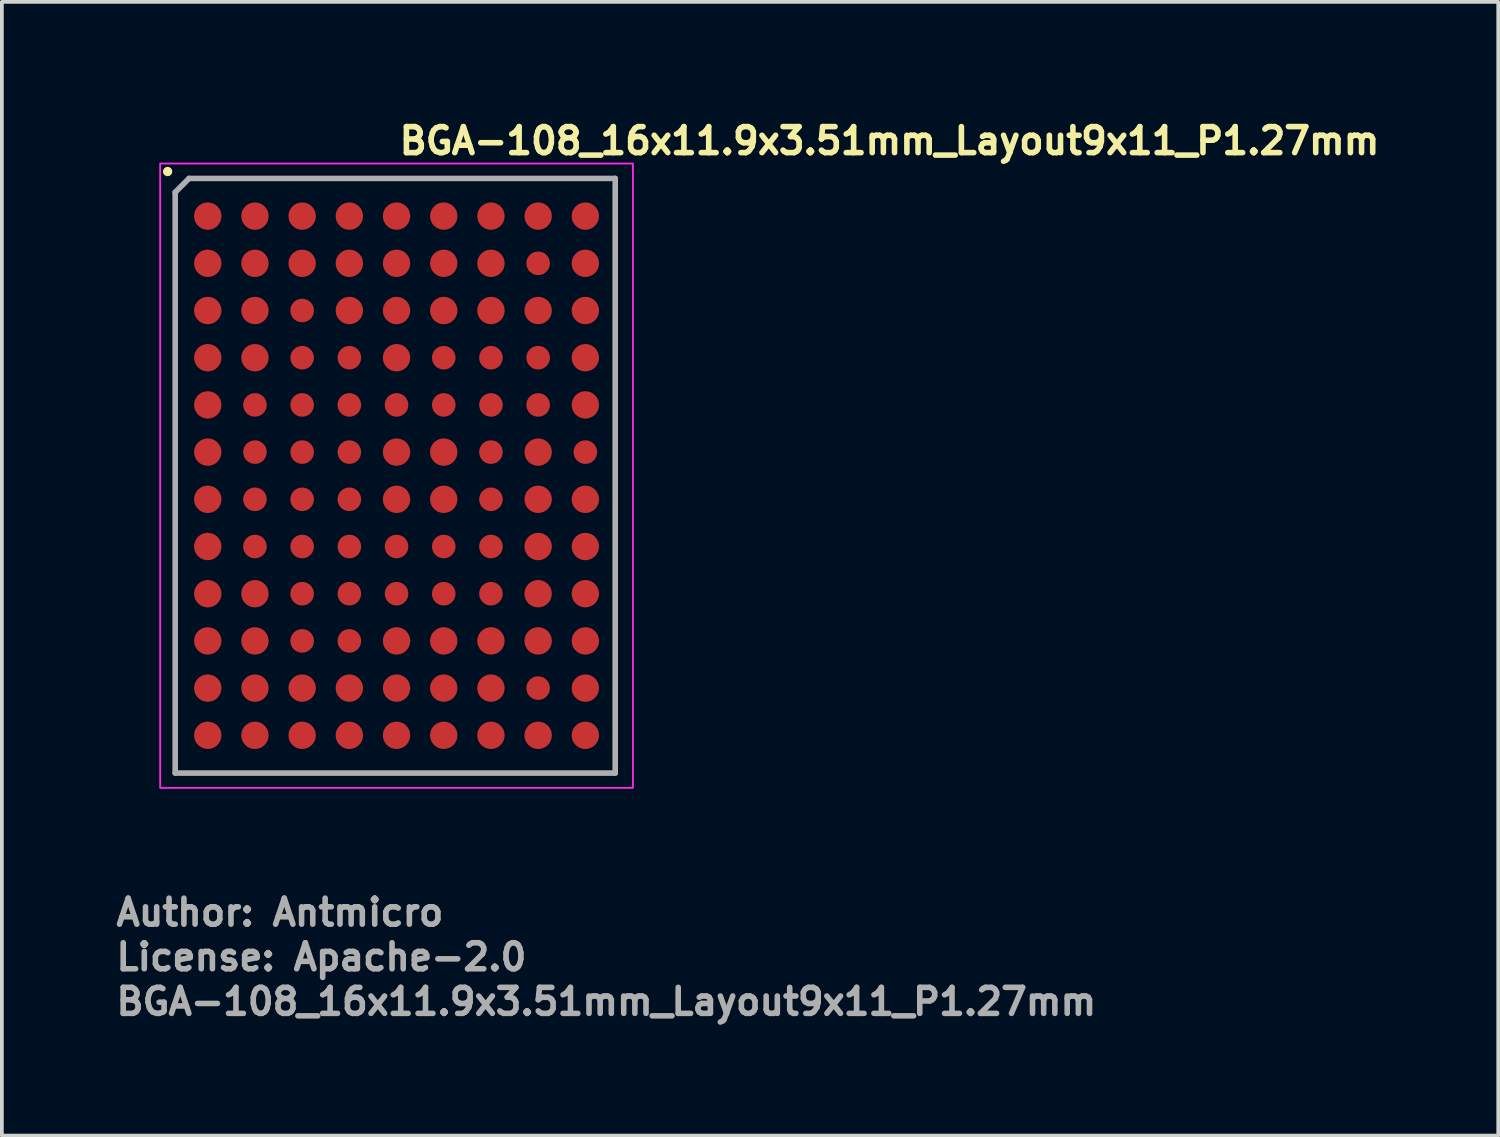
<source format=kicad_pcb>
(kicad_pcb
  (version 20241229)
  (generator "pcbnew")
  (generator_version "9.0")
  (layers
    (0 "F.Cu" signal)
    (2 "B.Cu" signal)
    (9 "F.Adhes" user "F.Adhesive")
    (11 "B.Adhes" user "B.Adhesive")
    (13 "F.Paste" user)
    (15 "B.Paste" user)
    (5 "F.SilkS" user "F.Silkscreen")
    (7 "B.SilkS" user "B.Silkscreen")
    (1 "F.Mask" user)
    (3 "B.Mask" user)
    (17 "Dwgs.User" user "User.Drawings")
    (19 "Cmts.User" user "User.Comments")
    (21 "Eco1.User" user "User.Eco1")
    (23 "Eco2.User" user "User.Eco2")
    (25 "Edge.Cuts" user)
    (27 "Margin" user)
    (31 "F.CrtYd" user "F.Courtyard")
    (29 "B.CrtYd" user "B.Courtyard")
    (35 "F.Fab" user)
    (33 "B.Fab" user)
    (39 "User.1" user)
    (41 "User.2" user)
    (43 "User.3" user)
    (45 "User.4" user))
  (footprint "BGA-108_16x11.9x3.51mm_Layout9x11_P1.27mm"
    (layer "F.Cu")
    (at 7.62 9.75)
    (property "Reference" "BGA-108_16x11.9x3.51mm_Layout9x11_P1.27mm" (at 0 -8.6 0) (unlocked yes) (layer "F.SilkS") (effects (font (size 0.7 0.7) (thickness 0.15)) (justify left bottom)))
    (attr smd)
    (fp_circle (center -6.16 -8.185) (end -6.11 -8.185) (stroke (width 0.15) (type solid)) (fill yes) (layer "F.SilkS"))
    (fp_rect (start -6.36 -8.4) (end 6.36 8.4) (stroke (width 0.05) (type solid)) (fill no) (layer "F.CrtYd"))
    (fp_line (start -5.956 -7.626) (end -5.584 -7.999) (stroke (width 0.15) (type solid)) (layer "F.Fab"))
    (fp_line (start -5.956 8.001) (end -5.956 -7.626) (stroke (width 0.15) (type solid)) (layer "F.Fab"))
    (fp_line (start -5.956 8.001) (end 5.884 8.001) (stroke (width 0.15) (type solid)) (layer "F.Fab"))
    (fp_line (start -5.584 -7.999) (end 5.884 -7.999) (stroke (width 0.15) (type solid)) (layer "F.Fab"))
    (fp_line (start 5.884 8.001) (end 5.884 -7.999) (stroke (width 0.15) (type solid)) (layer "F.Fab"))
    (fp_rect (start -5.956 -8.001) (end 5.956 8.001) (stroke (width 0.1) (type solid)) (fill no) (layer "User.5"))
    (fp_line (start -5.956 -8.001) (end -5.956 8.001) (stroke (width 0.02) (type solid)) (layer "User.9"))
    (fp_line (start -5.956 8.001) (end 5.956 8.001) (stroke (width 0.02) (type solid)) (layer "User.9"))
    (fp_line (start -5.533 -7.19) (end -5.533 -7.19) (stroke (width 0.02) (type solid)) (layer "User.9"))
    (fp_line (start -5.533 -7.19) (end -5.532 -7.175) (stroke (width 0.02) (type solid)) (layer "User.9"))
    (fp_line (start -5.532 -7.205) (end -5.533 -7.19) (stroke (width 0.02) (type solid)) (layer "User.9"))
    (fp_line (start -5.532 -7.175) (end -5.531 -7.16) (stroke (width 0.02) (type solid)) (layer "User.9"))
    (fp_line (start -5.531 -7.22) (end -5.532 -7.205) (stroke (width 0.02) (type solid)) (layer "User.9"))
    (fp_line (start -5.531 -7.16) (end -5.53 -7.145) (stroke (width 0.02) (type solid)) (layer "User.9"))
    (fp_line (start -5.53 -7.235) (end -5.531 -7.22) (stroke (width 0.02) (type solid)) (layer "User.9"))
    (fp_line (start -5.53 -7.145) (end -5.528 -7.13) (stroke (width 0.02) (type solid)) (layer "User.9"))
    (fp_line (start -5.528 -7.25) (end -5.53 -7.235) (stroke (width 0.02) (type solid)) (layer "User.9"))
    (fp_line (start -5.528 -7.13) (end -5.523 -7.116) (stroke (width 0.02) (type solid)) (layer "User.9"))
    (fp_line (start -5.523 -7.264) (end -5.528 -7.25) (stroke (width 0.02) (type solid)) (layer "User.9"))
    (fp_line (start -5.523 -7.116) (end -5.52 -7.101) (stroke (width 0.02) (type solid)) (layer "User.9"))
    (fp_line (start -5.52 -7.279) (end -5.523 -7.264) (stroke (width 0.02) (type solid)) (layer "User.9"))
    (fp_line (start -5.52 -7.101) (end -5.515 -7.088) (stroke (width 0.02) (type solid)) (layer "User.9"))
    (fp_line (start -5.515 -7.292) (end -5.52 -7.279) (stroke (width 0.02) (type solid)) (layer "User.9"))
    (fp_line (start -5.515 -7.088) (end -5.509 -7.074) (stroke (width 0.02) (type solid)) (layer "User.9"))
    (fp_line (start -5.509 -7.306) (end -5.515 -7.292) (stroke (width 0.02) (type solid)) (layer "User.9"))
    (fp_line (start -5.509 -7.074) (end -5.504 -7.061) (stroke (width 0.02) (type solid)) (layer "User.9"))
    (fp_line (start -5.504 -7.319) (end -5.509 -7.306) (stroke (width 0.02) (type solid)) (layer "User.9"))
    (fp_line (start -5.504 -7.061) (end -5.498 -7.048) (stroke (width 0.02) (type solid)) (layer "User.9"))
    (fp_line (start -5.498 -7.332) (end -5.504 -7.319) (stroke (width 0.02) (type solid)) (layer "User.9"))
    (fp_line (start -5.498 -7.048) (end -5.49 -7.036) (stroke (width 0.02) (type solid)) (layer "User.9"))
    (fp_line (start -5.49 -7.344) (end -5.498 -7.332) (stroke (width 0.02) (type solid)) (layer "User.9"))
    (fp_line (start -5.49 -7.036) (end -5.482 -7.023) (stroke (width 0.02) (type solid)) (layer "User.9"))
    (fp_line (start -5.482 -7.357) (end -5.49 -7.344) (stroke (width 0.02) (type solid)) (layer "User.9"))
    (fp_line (start -5.482 -7.023) (end -5.474 -7.012) (stroke (width 0.02) (type solid)) (layer "User.9"))
    (fp_line (start -5.474 -7.368) (end -5.482 -7.357) (stroke (width 0.02) (type solid)) (layer "User.9"))
    (fp_line (start -5.474 -7.012) (end -5.466 -7.001) (stroke (width 0.02) (type solid)) (layer "User.9"))
    (fp_line (start -5.466 -7.379) (end -5.474 -7.368) (stroke (width 0.02) (type solid)) (layer "User.9"))
    (fp_line (start -5.466 -7.001) (end -5.456 -6.99) (stroke (width 0.02) (type solid)) (layer "User.9"))
    (fp_line (start -5.456 -7.39) (end -5.466 -7.379) (stroke (width 0.02) (type solid)) (layer "User.9"))
    (fp_line (start -5.456 -6.99) (end -5.446 -6.979) (stroke (width 0.02) (type solid)) (layer "User.9"))
    (fp_line (start -5.446 -7.401) (end -5.456 -7.39) (stroke (width 0.02) (type solid)) (layer "User.9"))
    (fp_line (start -5.446 -6.979) (end -5.435 -6.97) (stroke (width 0.02) (type solid)) (layer "User.9"))
    (fp_line (start -5.435 -7.41) (end -5.446 -7.401) (stroke (width 0.02) (type solid)) (layer "User.9"))
    (fp_line (start -5.435 -6.97) (end -5.424 -6.96) (stroke (width 0.02) (type solid)) (layer "User.9"))
    (fp_line (start -5.424 -7.42) (end -5.435 -7.41) (stroke (width 0.02) (type solid)) (layer "User.9"))
    (fp_line (start -5.424 -6.96) (end -5.414 -6.951) (stroke (width 0.02) (type solid)) (layer "User.9"))
    (fp_line (start -5.414 -7.429) (end -5.424 -7.42) (stroke (width 0.02) (type solid)) (layer "User.9"))
    (fp_line (start -5.414 -6.951) (end -5.402 -6.943) (stroke (width 0.02) (type solid)) (layer "User.9"))
    (fp_line (start -5.402 -7.437) (end -5.414 -7.429) (stroke (width 0.02) (type solid)) (layer "User.9"))
    (fp_line (start -5.402 -6.943) (end -5.39 -6.935) (stroke (width 0.02) (type solid)) (layer "User.9"))
    (fp_line (start -5.39 -7.445) (end -5.402 -7.437) (stroke (width 0.02) (type solid)) (layer "User.9"))
    (fp_line (start -5.39 -6.935) (end -5.378 -6.928) (stroke (width 0.02) (type solid)) (layer "User.9"))
    (fp_line (start -5.378 -7.452) (end -5.39 -7.445) (stroke (width 0.02) (type solid)) (layer "User.9"))
    (fp_line (start -5.378 -6.928) (end -5.364 -6.922) (stroke (width 0.02) (type solid)) (layer "User.9"))
    (fp_line (start -5.364 -7.458) (end -5.378 -7.452) (stroke (width 0.02) (type solid)) (layer "User.9"))
    (fp_line (start -5.364 -6.922) (end -5.352 -6.916) (stroke (width 0.02) (type solid)) (layer "User.9"))
    (fp_line (start -5.352 -7.464) (end -5.364 -7.458) (stroke (width 0.02) (type solid)) (layer "User.9"))
    (fp_line (start -5.352 -6.916) (end -5.338 -6.91) (stroke (width 0.02) (type solid)) (layer "User.9"))
    (fp_line (start -5.338 -7.47) (end -5.352 -7.464) (stroke (width 0.02) (type solid)) (layer "User.9"))
    (fp_line (start -5.338 -6.91) (end -5.324 -6.906) (stroke (width 0.02) (type solid)) (layer "User.9"))
    (fp_line (start -5.324 -7.474) (end -5.338 -7.47) (stroke (width 0.02) (type solid)) (layer "User.9"))
    (fp_line (start -5.324 -6.906) (end -5.31 -6.902) (stroke (width 0.02) (type solid)) (layer "User.9"))
    (fp_line (start -5.31 -7.478) (end -5.324 -7.474) (stroke (width 0.02) (type solid)) (layer "User.9"))
    (fp_line (start -5.31 -6.902) (end -5.296 -6.898) (stroke (width 0.02) (type solid)) (layer "User.9"))
    (fp_line (start -5.296 -7.482) (end -5.31 -7.478) (stroke (width 0.02) (type solid)) (layer "User.9"))
    (fp_line (start -5.296 -6.898) (end -5.28 -6.896) (stroke (width 0.02) (type solid)) (layer "User.9"))
    (fp_line (start -5.28 -7.484) (end -5.296 -7.482) (stroke (width 0.02) (type solid)) (layer "User.9"))
    (fp_line (start -5.28 -6.896) (end -5.265 -6.894) (stroke (width 0.02) (type solid)) (layer "User.9"))
    (fp_line (start -5.265 -7.486) (end -5.28 -7.484) (stroke (width 0.02) (type solid)) (layer "User.9"))
    (fp_line (start -5.265 -6.894) (end -5.25 -6.893) (stroke (width 0.02) (type solid)) (layer "User.9"))
    (fp_line (start -5.25 -7.487) (end -5.265 -7.486) (stroke (width 0.02) (type solid)) (layer "User.9"))
    (fp_line (start -5.25 -6.893) (end -5.236 -6.892) (stroke (width 0.02) (type solid)) (layer "User.9"))
    (fp_line (start -5.236 -7.488) (end -5.25 -7.487) (stroke (width 0.02) (type solid)) (layer "User.9"))
    (fp_line (start -5.236 -7.488) (end -5.236 -7.488) (stroke (width 0.02) (type solid)) (layer "User.9"))
    (fp_line (start -5.236 -6.892) (end -5.236 -6.892) (stroke (width 0.02) (type solid)) (layer "User.9"))
    (fp_line (start -5.236 -6.892) (end -5.236 -6.892) (stroke (width 0.02) (type solid)) (layer "User.9"))
    (fp_line (start -5.236 -6.892) (end -5.22 -6.893) (stroke (width 0.02) (type solid)) (layer "User.9"))
    (fp_line (start -5.22 -7.487) (end -5.236 -7.488) (stroke (width 0.02) (type solid)) (layer "User.9"))
    (fp_line (start -5.22 -6.893) (end -5.206 -6.894) (stroke (width 0.02) (type solid)) (layer "User.9"))
    (fp_line (start -5.206 -7.486) (end -5.22 -7.487) (stroke (width 0.02) (type solid)) (layer "User.9"))
    (fp_line (start -5.206 -6.894) (end -5.19 -6.896) (stroke (width 0.02) (type solid)) (layer "User.9"))
    (fp_line (start -5.19 -7.484) (end -5.206 -7.486) (stroke (width 0.02) (type solid)) (layer "User.9"))
    (fp_line (start -5.19 -6.896) (end -5.176 -6.898) (stroke (width 0.02) (type solid)) (layer "User.9"))
    (fp_line (start -5.176 -7.482) (end -5.19 -7.484) (stroke (width 0.02) (type solid)) (layer "User.9"))
    (fp_line (start -5.176 -6.898) (end -5.161 -6.902) (stroke (width 0.02) (type solid)) (layer "User.9"))
    (fp_line (start -5.161 -7.478) (end -5.176 -7.482) (stroke (width 0.02) (type solid)) (layer "User.9"))
    (fp_line (start -5.161 -6.902) (end -5.146 -6.906) (stroke (width 0.02) (type solid)) (layer "User.9"))
    (fp_line (start -5.146 -7.474) (end -5.161 -7.478) (stroke (width 0.02) (type solid)) (layer "User.9"))
    (fp_line (start -5.146 -6.906) (end -5.134 -6.91) (stroke (width 0.02) (type solid)) (layer "User.9"))
    (fp_line (start -5.134 -7.47) (end -5.146 -7.474) (stroke (width 0.02) (type solid)) (layer "User.9"))
    (fp_line (start -5.134 -6.91) (end -5.12 -6.916) (stroke (width 0.02) (type solid)) (layer "User.9"))
    (fp_line (start -5.12 -7.464) (end -5.134 -7.47) (stroke (width 0.02) (type solid)) (layer "User.9"))
    (fp_line (start -5.12 -6.916) (end -5.106 -6.922) (stroke (width 0.02) (type solid)) (layer "User.9"))
    (fp_line (start -5.106 -7.458) (end -5.12 -7.464) (stroke (width 0.02) (type solid)) (layer "User.9"))
    (fp_line (start -5.106 -6.922) (end -5.094 -6.928) (stroke (width 0.02) (type solid)) (layer "User.9"))
    (fp_line (start -5.094 -7.452) (end -5.106 -7.458) (stroke (width 0.02) (type solid)) (layer "User.9"))
    (fp_line (start -5.094 -6.928) (end -5.081 -6.935) (stroke (width 0.02) (type solid)) (layer "User.9"))
    (fp_line (start -5.081 -7.445) (end -5.094 -7.452) (stroke (width 0.02) (type solid)) (layer "User.9"))
    (fp_line (start -5.081 -6.935) (end -5.068 -6.943) (stroke (width 0.02) (type solid)) (layer "User.9"))
    (fp_line (start -5.068 -7.437) (end -5.081 -7.445) (stroke (width 0.02) (type solid)) (layer "User.9"))
    (fp_line (start -5.068 -6.943) (end -5.057 -6.951) (stroke (width 0.02) (type solid)) (layer "User.9"))
    (fp_line (start -5.057 -7.429) (end -5.068 -7.437) (stroke (width 0.02) (type solid)) (layer "User.9"))
    (fp_line (start -5.057 -6.951) (end -5.046 -6.96) (stroke (width 0.02) (type solid)) (layer "User.9"))
    (fp_line (start -5.046 -7.42) (end -5.057 -7.429) (stroke (width 0.02) (type solid)) (layer "User.9"))
    (fp_line (start -5.046 -6.96) (end -5.036 -6.97) (stroke (width 0.02) (type solid)) (layer "User.9"))
    (fp_line (start -5.036 -7.41) (end -5.046 -7.42) (stroke (width 0.02) (type solid)) (layer "User.9"))
    (fp_line (start -5.036 -6.97) (end -5.024 -6.979) (stroke (width 0.02) (type solid)) (layer "User.9"))
    (fp_line (start -5.024 -7.401) (end -5.036 -7.41) (stroke (width 0.02) (type solid)) (layer "User.9"))
    (fp_line (start -5.024 -6.979) (end -5.015 -6.99) (stroke (width 0.02) (type solid)) (layer "User.9"))
    (fp_line (start -5.015 -7.39) (end -5.024 -7.401) (stroke (width 0.02) (type solid)) (layer "User.9"))
    (fp_line (start -5.015 -6.99) (end -5.006 -7.001) (stroke (width 0.02) (type solid)) (layer "User.9"))
    (fp_line (start -5.006 -7.379) (end -5.015 -7.39) (stroke (width 0.02) (type solid)) (layer "User.9"))
    (fp_line (start -5.006 -7.001) (end -4.996 -7.012) (stroke (width 0.02) (type solid)) (layer "User.9"))
    (fp_line (start -4.996 -7.368) (end -5.006 -7.379) (stroke (width 0.02) (type solid)) (layer "User.9"))
    (fp_line (start -4.996 -7.012) (end -4.988 -7.023) (stroke (width 0.02) (type solid)) (layer "User.9"))
    (fp_line (start -4.988 -7.357) (end -4.996 -7.368) (stroke (width 0.02) (type solid)) (layer "User.9"))
    (fp_line (start -4.988 -7.023) (end -4.98 -7.036) (stroke (width 0.02) (type solid)) (layer "User.9"))
    (fp_line (start -4.98 -7.344) (end -4.988 -7.357) (stroke (width 0.02) (type solid)) (layer "User.9"))
    (fp_line (start -4.98 -7.036) (end -4.974 -7.048) (stroke (width 0.02) (type solid)) (layer "User.9"))
    (fp_line (start -4.974 -7.332) (end -4.98 -7.344) (stroke (width 0.02) (type solid)) (layer "User.9"))
    (fp_line (start -4.974 -7.048) (end -4.967 -7.061) (stroke (width 0.02) (type solid)) (layer "User.9"))
    (fp_line (start -4.967 -7.319) (end -4.974 -7.332) (stroke (width 0.02) (type solid)) (layer "User.9"))
    (fp_line (start -4.967 -7.061) (end -4.962 -7.074) (stroke (width 0.02) (type solid)) (layer "User.9"))
    (fp_line (start -4.962 -7.306) (end -4.967 -7.319) (stroke (width 0.02) (type solid)) (layer "User.9"))
    (fp_line (start -4.962 -7.074) (end -4.956 -7.088) (stroke (width 0.02) (type solid)) (layer "User.9"))
    (fp_line (start -4.956 -7.292) (end -4.962 -7.306) (stroke (width 0.02) (type solid)) (layer "User.9"))
    (fp_line (start -4.956 -7.088) (end -4.951 -7.101) (stroke (width 0.02) (type solid)) (layer "User.9"))
    (fp_line (start -4.951 -7.279) (end -4.956 -7.292) (stroke (width 0.02) (type solid)) (layer "User.9"))
    (fp_line (start -4.951 -7.101) (end -4.948 -7.116) (stroke (width 0.02) (type solid)) (layer "User.9"))
    (fp_line (start -4.948 -7.264) (end -4.951 -7.279) (stroke (width 0.02) (type solid)) (layer "User.9"))
    (fp_line (start -4.948 -7.116) (end -4.943 -7.13) (stroke (width 0.02) (type solid)) (layer "User.9"))
    (fp_line (start -4.943 -7.25) (end -4.948 -7.264) (stroke (width 0.02) (type solid)) (layer "User.9"))
    (fp_line (start -4.943 -7.13) (end -4.942 -7.145) (stroke (width 0.02) (type solid)) (layer "User.9"))
    (fp_line (start -4.942 -7.235) (end -4.943 -7.25) (stroke (width 0.02) (type solid)) (layer "User.9"))
    (fp_line (start -4.942 -7.145) (end -4.94 -7.16) (stroke (width 0.02) (type solid)) (layer "User.9"))
    (fp_line (start -4.94 -7.22) (end -4.942 -7.235) (stroke (width 0.02) (type solid)) (layer "User.9"))
    (fp_line (start -4.94 -7.16) (end -4.938 -7.175) (stroke (width 0.02) (type solid)) (layer "User.9"))
    (fp_line (start -4.938 -7.205) (end -4.94 -7.22) (stroke (width 0.02) (type solid)) (layer "User.9"))
    (fp_line (start -4.938 -7.19) (end -4.938 -7.205) (stroke (width 0.02) (type solid)) (layer "User.9"))
    (fp_line (start -4.938 -7.19) (end -4.938 -7.19) (stroke (width 0.02) (type solid)) (layer "User.9"))
    (fp_line (start -4.938 -7.175) (end -4.938 -7.19) (stroke (width 0.02) (type solid)) (layer "User.9"))
    (fp_line (start 5.956 -8.001) (end -5.956 -8.001) (stroke (width 0.02) (type solid)) (layer "User.9"))
    (fp_line (start 5.956 8.001) (end 5.956 -8.001) (stroke (width 0.02) (type solid)) (layer "User.9"))
    (fp_text user "Author: Antmicro" (at -7.62 12.16 0) (layer "F.Fab") (effects (font (size 0.7 0.7) (thickness 0.15)) (justify left bottom)))
    (fp_text user "${REFERENCE}" (at -7.62 14.56 0) (layer "F.Fab") (effects (font (size 0.7 0.7) (thickness 0.15)) (justify left bottom)))
    (fp_text user "License: Apache-2.0" (at -7.62 13.36 0) (layer "F.Fab") (effects (font (size 0.7 0.7) (thickness 0.15)) (justify left bottom)))
    (pad "A1" smd circle (at -5.08 -6.985 270) (size 0.737 0.737) (layers "F.Cu" "F.Mask" "F.Paste"))
    (pad "A2" smd circle (at -3.81 -6.985 270) (size 0.737 0.737) (layers "F.Cu" "F.Mask" "F.Paste"))
    (pad "A3" smd circle (at -2.54 -6.985 270) (size 0.737 0.737) (layers "F.Cu" "F.Mask" "F.Paste"))
    (pad "A4" smd circle (at -1.27 -6.985 270) (size 0.737 0.737) (layers "F.Cu" "F.Mask" "F.Paste"))
    (pad "A5" smd circle (at 0 -6.985 270) (size 0.737 0.737) (layers "F.Cu" "F.Mask" "F.Paste"))
    (pad "A6" smd circle (at 1.27 -6.985 270) (size 0.737 0.737) (layers "F.Cu" "F.Mask" "F.Paste"))
    (pad "A7" smd circle (at 2.54 -6.985 270) (size 0.737 0.737) (layers "F.Cu" "F.Mask" "F.Paste"))
    (pad "A8" smd circle (at 3.81 -6.985 270) (size 0.737 0.737) (layers "F.Cu" "F.Mask" "F.Paste"))
    (pad "A9" smd circle (at 5.08 -6.985 270) (size 0.737 0.737) (layers "F.Cu" "F.Mask" "F.Paste"))
    (pad "B1" smd circle (at -5.08 -5.715 270) (size 0.737 0.737) (layers "F.Cu" "F.Mask" "F.Paste"))
    (pad "B2" smd circle (at -3.81 -5.715 270) (size 0.737 0.737) (layers "F.Cu" "F.Mask" "F.Paste"))
    (pad "B3" smd circle (at -2.54 -5.715 270) (size 0.737 0.737) (layers "F.Cu" "F.Mask" "F.Paste"))
    (pad "B4" smd circle (at -1.27 -5.715 270) (size 0.737 0.737) (layers "F.Cu" "F.Mask" "F.Paste"))
    (pad "B5" smd circle (at 0 -5.715 270) (size 0.737 0.737) (layers "F.Cu" "F.Mask" "F.Paste"))
    (pad "B6" smd circle (at 1.27 -5.715 270) (size 0.737 0.737) (layers "F.Cu" "F.Mask" "F.Paste"))
    (pad "B7" smd circle (at 2.54 -5.715 270) (size 0.737 0.737) (layers "F.Cu" "F.Mask" "F.Paste"))
    (pad "B8" smd circle (at 3.81 -5.715 270) (size 0.635 0.635) (layers "F.Cu" "F.Mask" "F.Paste"))
    (pad "B9" smd circle (at 5.08 -5.715 270) (size 0.737 0.737) (layers "F.Cu" "F.Mask" "F.Paste"))
    (pad "C1" smd circle (at -5.08 -4.445 270) (size 0.737 0.737) (layers "F.Cu" "F.Mask" "F.Paste"))
    (pad "C2" smd circle (at -3.81 -4.445 270) (size 0.737 0.737) (layers "F.Cu" "F.Mask" "F.Paste"))
    (pad "C3" smd circle (at -2.54 -4.445 270) (size 0.635 0.635) (layers "F.Cu" "F.Mask" "F.Paste"))
    (pad "C4" smd circle (at -1.27 -4.445 270) (size 0.737 0.737) (layers "F.Cu" "F.Mask" "F.Paste"))
    (pad "C5" smd circle (at 0 -4.445 270) (size 0.737 0.737) (layers "F.Cu" "F.Mask" "F.Paste"))
    (pad "C6" smd circle (at 1.27 -4.445 270) (size 0.737 0.737) (layers "F.Cu" "F.Mask" "F.Paste"))
    (pad "C7" smd circle (at 2.54 -4.445 270) (size 0.737 0.737) (layers "F.Cu" "F.Mask" "F.Paste"))
    (pad "C8" smd circle (at 3.81 -4.445 270) (size 0.737 0.737) (layers "F.Cu" "F.Mask" "F.Paste"))
    (pad "C9" smd circle (at 5.08 -4.445 270) (size 0.737 0.737) (layers "F.Cu" "F.Mask" "F.Paste"))
    (pad "D1" smd circle (at -5.08 -3.175 270) (size 0.737 0.737) (layers "F.Cu" "F.Mask" "F.Paste"))
    (pad "D2" smd circle (at -3.81 -3.175 270) (size 0.737 0.737) (layers "F.Cu" "F.Mask" "F.Paste"))
    (pad "D3" smd circle (at -2.54 -3.175 270) (size 0.635 0.635) (layers "F.Cu" "F.Mask" "F.Paste"))
    (pad "D4" smd circle (at -1.27 -3.175 270) (size 0.635 0.635) (layers "F.Cu" "F.Mask" "F.Paste"))
    (pad "D5" smd circle (at 0 -3.175 270) (size 0.737 0.737) (layers "F.Cu" "F.Mask" "F.Paste"))
    (pad "D6" smd circle (at 1.27 -3.175 270) (size 0.635 0.635) (layers "F.Cu" "F.Mask" "F.Paste"))
    (pad "D7" smd circle (at 2.54 -3.175 270) (size 0.635 0.635) (layers "F.Cu" "F.Mask" "F.Paste"))
    (pad "D8" smd circle (at 3.81 -3.175 270) (size 0.635 0.635) (layers "F.Cu" "F.Mask" "F.Paste"))
    (pad "D9" smd circle (at 5.08 -3.175 270) (size 0.737 0.737) (layers "F.Cu" "F.Mask" "F.Paste"))
    (pad "E1" smd circle (at -5.08 -1.905 270) (size 0.737 0.737) (layers "F.Cu" "F.Mask" "F.Paste"))
    (pad "E2" smd circle (at -3.81 -1.905 270) (size 0.635 0.635) (layers "F.Cu" "F.Mask" "F.Paste"))
    (pad "E3" smd circle (at -2.54 -1.905 270) (size 0.635 0.635) (layers "F.Cu" "F.Mask" "F.Paste"))
    (pad "E4" smd circle (at -1.27 -1.905 270) (size 0.635 0.635) (layers "F.Cu" "F.Mask" "F.Paste"))
    (pad "E5" smd circle (at 0 -1.905 270) (size 0.635 0.635) (layers "F.Cu" "F.Mask" "F.Paste"))
    (pad "E6" smd circle (at 1.27 -1.905 270) (size 0.635 0.635) (layers "F.Cu" "F.Mask" "F.Paste"))
    (pad "E7" smd circle (at 2.54 -1.905 270) (size 0.635 0.635) (layers "F.Cu" "F.Mask" "F.Paste"))
    (pad "E8" smd circle (at 3.81 -1.905 270) (size 0.635 0.635) (layers "F.Cu" "F.Mask" "F.Paste"))
    (pad "E9" smd circle (at 5.08 -1.905 270) (size 0.737 0.737) (layers "F.Cu" "F.Mask" "F.Paste"))
    (pad "F1" smd circle (at -5.08 -0.635 270) (size 0.737 0.737) (layers "F.Cu" "F.Mask" "F.Paste"))
    (pad "F2" smd circle (at -3.81 -0.635 270) (size 0.635 0.635) (layers "F.Cu" "F.Mask" "F.Paste"))
    (pad "F3" smd circle (at -2.54 -0.635 270) (size 0.635 0.635) (layers "F.Cu" "F.Mask" "F.Paste"))
    (pad "F4" smd circle (at -1.27 -0.635 270) (size 0.635 0.635) (layers "F.Cu" "F.Mask" "F.Paste"))
    (pad "F5" smd circle (at 0 -0.635 270) (size 0.737 0.737) (layers "F.Cu" "F.Mask" "F.Paste"))
    (pad "F6" smd circle (at 1.27 -0.635 270) (size 0.737 0.737) (layers "F.Cu" "F.Mask" "F.Paste"))
    (pad "F7" smd circle (at 2.54 -0.635 270) (size 0.635 0.635) (layers "F.Cu" "F.Mask" "F.Paste"))
    (pad "F8" smd circle (at 3.81 -0.635 270) (size 0.737 0.737) (layers "F.Cu" "F.Mask" "F.Paste"))
    (pad "F9" smd circle (at 5.08 -0.635 270) (size 0.635 0.635) (layers "F.Cu" "F.Mask" "F.Paste"))
    (pad "G1" smd circle (at -5.08 0.635 270) (size 0.737 0.737) (layers "F.Cu" "F.Mask" "F.Paste"))
    (pad "G2" smd circle (at -3.81 0.635 270) (size 0.635 0.635) (layers "F.Cu" "F.Mask" "F.Paste"))
    (pad "G3" smd circle (at -2.54 0.635 270) (size 0.635 0.635) (layers "F.Cu" "F.Mask" "F.Paste"))
    (pad "G4" smd circle (at -1.27 0.635 270) (size 0.635 0.635) (layers "F.Cu" "F.Mask" "F.Paste"))
    (pad "G5" smd circle (at 0 0.635 270) (size 0.737 0.737) (layers "F.Cu" "F.Mask" "F.Paste"))
    (pad "G6" smd circle (at 1.27 0.635 270) (size 0.737 0.737) (layers "F.Cu" "F.Mask" "F.Paste"))
    (pad "G7" smd circle (at 2.54 0.635 270) (size 0.635 0.635) (layers "F.Cu" "F.Mask" "F.Paste"))
    (pad "G8" smd circle (at 3.81 0.635 270) (size 0.737 0.737) (layers "F.Cu" "F.Mask" "F.Paste"))
    (pad "G9" smd circle (at 5.08 0.635 270) (size 0.737 0.737) (layers "F.Cu" "F.Mask" "F.Paste"))
    (pad "H1" smd circle (at -5.08 1.905 270) (size 0.737 0.737) (layers "F.Cu" "F.Mask" "F.Paste"))
    (pad "H2" smd circle (at -3.81 1.905 270) (size 0.635 0.635) (layers "F.Cu" "F.Mask" "F.Paste"))
    (pad "H3" smd circle (at -2.54 1.905 270) (size 0.635 0.635) (layers "F.Cu" "F.Mask" "F.Paste"))
    (pad "H4" smd circle (at -1.27 1.905 270) (size 0.635 0.635) (layers "F.Cu" "F.Mask" "F.Paste"))
    (pad "H5" smd circle (at 0 1.905 270) (size 0.635 0.635) (layers "F.Cu" "F.Mask" "F.Paste"))
    (pad "H6" smd circle (at 1.27 1.905 270) (size 0.635 0.635) (layers "F.Cu" "F.Mask" "F.Paste"))
    (pad "H7" smd circle (at 2.54 1.905 270) (size 0.635 0.635) (layers "F.Cu" "F.Mask" "F.Paste"))
    (pad "H8" smd circle (at 3.81 1.905 270) (size 0.737 0.737) (layers "F.Cu" "F.Mask" "F.Paste"))
    (pad "H9" smd circle (at 5.08 1.905 270) (size 0.737 0.737) (layers "F.Cu" "F.Mask" "F.Paste"))
    (pad "J1" smd circle (at -5.08 3.175 270) (size 0.737 0.737) (layers "F.Cu" "F.Mask" "F.Paste"))
    (pad "J2" smd circle (at -3.81 3.175 270) (size 0.737 0.737) (layers "F.Cu" "F.Mask" "F.Paste"))
    (pad "J3" smd circle (at -2.54 3.175 270) (size 0.635 0.635) (layers "F.Cu" "F.Mask" "F.Paste"))
    (pad "J4" smd circle (at -1.27 3.175 270) (size 0.635 0.635) (layers "F.Cu" "F.Mask" "F.Paste"))
    (pad "J5" smd circle (at 0 3.175 270) (size 0.635 0.635) (layers "F.Cu" "F.Mask" "F.Paste"))
    (pad "J6" smd circle (at 1.27 3.175 270) (size 0.635 0.635) (layers "F.Cu" "F.Mask" "F.Paste"))
    (pad "J7" smd circle (at 2.54 3.175 270) (size 0.635 0.635) (layers "F.Cu" "F.Mask" "F.Paste"))
    (pad "J8" smd circle (at 3.81 3.175 270) (size 0.737 0.737) (layers "F.Cu" "F.Mask" "F.Paste"))
    (pad "J9" smd circle (at 5.08 3.175 270) (size 0.737 0.737) (layers "F.Cu" "F.Mask" "F.Paste"))
    (pad "K1" smd circle (at -5.08 4.445 270) (size 0.737 0.737) (layers "F.Cu" "F.Mask" "F.Paste"))
    (pad "K2" smd circle (at -3.81 4.445 270) (size 0.737 0.737) (layers "F.Cu" "F.Mask" "F.Paste"))
    (pad "K3" smd circle (at -2.54 4.445 270) (size 0.635 0.635) (layers "F.Cu" "F.Mask" "F.Paste"))
    (pad "K4" smd circle (at -1.27 4.445 270) (size 0.635 0.635) (layers "F.Cu" "F.Mask" "F.Paste"))
    (pad "K5" smd circle (at 0 4.445 270) (size 0.737 0.737) (layers "F.Cu" "F.Mask" "F.Paste"))
    (pad "K6" smd circle (at 1.27 4.445 270) (size 0.737 0.737) (layers "F.Cu" "F.Mask" "F.Paste"))
    (pad "K7" smd circle (at 2.54 4.445 270) (size 0.737 0.737) (layers "F.Cu" "F.Mask" "F.Paste"))
    (pad "K8" smd circle (at 3.81 4.445 270) (size 0.737 0.737) (layers "F.Cu" "F.Mask" "F.Paste"))
    (pad "K9" smd circle (at 5.08 4.445 270) (size 0.737 0.737) (layers "F.Cu" "F.Mask" "F.Paste"))
    (pad "L1" smd circle (at -5.08 5.715 270) (size 0.737 0.737) (layers "F.Cu" "F.Mask" "F.Paste"))
    (pad "L2" smd circle (at -3.81 5.715 270) (size 0.737 0.737) (layers "F.Cu" "F.Mask" "F.Paste"))
    (pad "L3" smd circle (at -2.54 5.715 270) (size 0.737 0.737) (layers "F.Cu" "F.Mask" "F.Paste"))
    (pad "L4" smd circle (at -1.27 5.715 270) (size 0.737 0.737) (layers "F.Cu" "F.Mask" "F.Paste"))
    (pad "L5" smd circle (at 0 5.715 270) (size 0.737 0.737) (layers "F.Cu" "F.Mask" "F.Paste"))
    (pad "L6" smd circle (at 1.27 5.715 270) (size 0.737 0.737) (layers "F.Cu" "F.Mask" "F.Paste"))
    (pad "L7" smd circle (at 2.54 5.715 270) (size 0.737 0.737) (layers "F.Cu" "F.Mask" "F.Paste"))
    (pad "L8" smd circle (at 3.81 5.715 270) (size 0.635 0.635) (layers "F.Cu" "F.Mask" "F.Paste"))
    (pad "L9" smd circle (at 5.08 5.715 270) (size 0.737 0.737) (layers "F.Cu" "F.Mask" "F.Paste"))
    (pad "M1" smd circle (at -5.08 6.985 270) (size 0.737 0.737) (layers "F.Cu" "F.Mask" "F.Paste"))
    (pad "M2" smd circle (at -3.81 6.985 270) (size 0.737 0.737) (layers "F.Cu" "F.Mask" "F.Paste"))
    (pad "M3" smd circle (at -2.54 6.985 270) (size 0.737 0.737) (layers "F.Cu" "F.Mask" "F.Paste"))
    (pad "M4" smd circle (at -1.27 6.985 270) (size 0.737 0.737) (layers "F.Cu" "F.Mask" "F.Paste"))
    (pad "M5" smd circle (at 0 6.985 270) (size 0.737 0.737) (layers "F.Cu" "F.Mask" "F.Paste"))
    (pad "M6" smd circle (at 1.27 6.985 270) (size 0.737 0.737) (layers "F.Cu" "F.Mask" "F.Paste"))
    (pad "M7" smd circle (at 2.54 6.985 270) (size 0.737 0.737) (layers "F.Cu" "F.Mask" "F.Paste"))
    (pad "M8" smd circle (at 3.81 6.985 270) (size 0.737 0.737) (layers "F.Cu" "F.Mask" "F.Paste"))
    (pad "M9" smd circle (at 5.08 6.985 270) (size 0.737 0.737) (layers "F.Cu" "F.Mask" "F.Paste")))
  (gr_rect
    (start -3 -3)
    (end 37.263 27.506)
    (stroke (width 0.1) (type default))
    (fill no)
    (layer "Edge.Cuts")))
</source>
